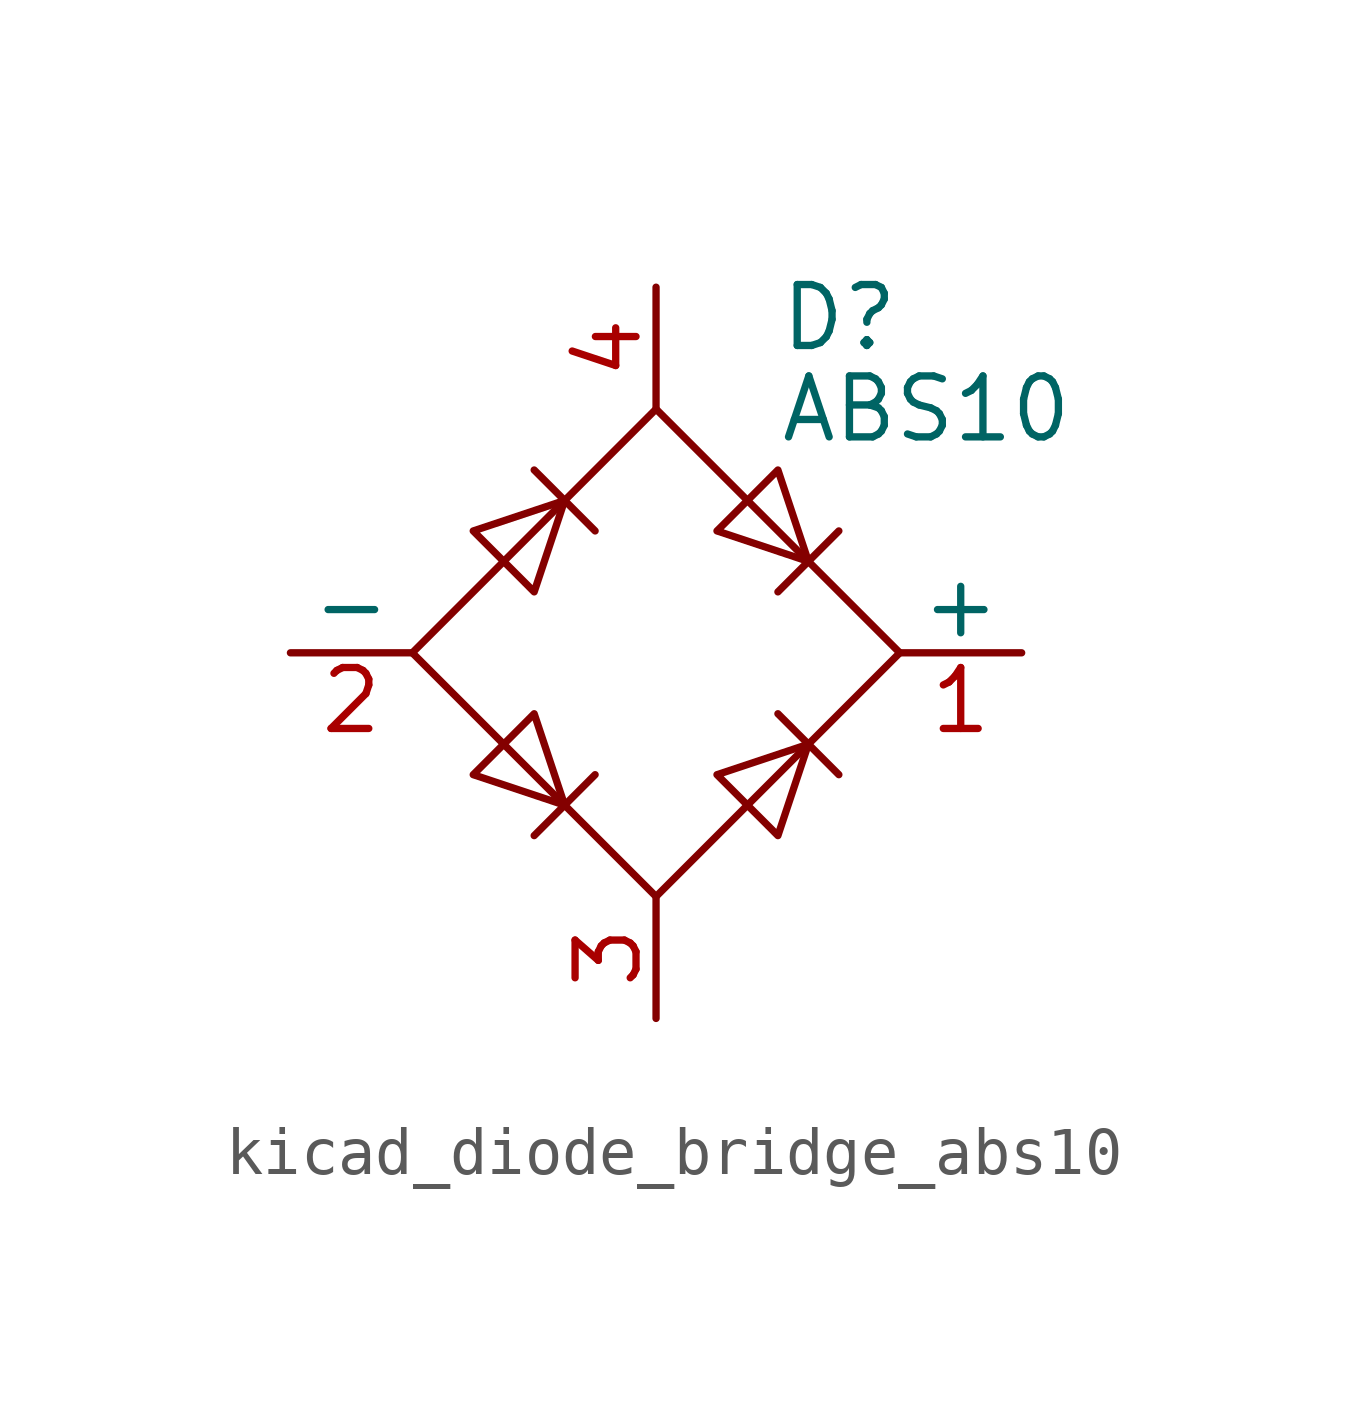
<source format=kicad_sym>
(kicad_symbol_lib
  (version 20220914)
  (generator kicad_symbol_editor)
  (symbol "kicad_diode_bridge_abs10"
    (pin_names
      (offset 0))
    (property "Reference" "D"
      (at 2.54 6.985 0)
      (effects (font (size 1.27 1.27)) (justify left)))
    (property "Value" "ABS10"
      (at 2.54 5.08 0)
      (effects (font (size 1.27 1.27)) (justify left)))
    (symbol "kicad_diode_bridge_abs10_0_1"
      (polyline (pts (xy -2.54 3.81) (xy -1.27 2.54)) (stroke (width 0) (type default)) (fill (type none)))
      (polyline (pts (xy -1.27 -2.54) (xy -2.54 -3.81)) (stroke (width 0) (type default)) (fill (type none)))
      (polyline (pts (xy 2.54 -1.27) (xy 3.81 -2.54)) (stroke (width 0) (type default)) (fill (type none)))
      (polyline (pts (xy 2.54 1.27) (xy 3.81 2.54)) (stroke (width 0) (type default)) (fill (type none)))
      (polyline (pts (xy -3.81 2.54) (xy -2.54 1.27) (xy -1.905 3.175) (xy -3.81 2.54)) (stroke (width 0) (type default)) (fill (type none)))
      (polyline (pts (xy -2.54 -1.27) (xy -3.81 -2.54) (xy -1.905 -3.175) (xy -2.54 -1.27)) (stroke (width 0) (type default)) (fill (type none)))
      (polyline (pts (xy 1.27 2.54) (xy 2.54 3.81) (xy 3.175 1.905) (xy 1.27 2.54)) (stroke (width 0) (type default)) (fill (type none)))
      (polyline (pts (xy 3.175 -1.905) (xy 1.27 -2.54) (xy 2.54 -3.81) (xy 3.175 -1.905)) (stroke (width 0) (type default)) (fill (type none)))
      (polyline (pts (xy -5.08 0) (xy 0 -5.08) (xy 5.08 0) (xy 0 5.08) (xy -5.08 0)) (stroke (width 0) (type default)) (fill (type none))))
    (symbol "kicad_diode_bridge_abs10_1_1"
      (pin passive line (at 7.62 0 180) (length 2.54) (name "+" (effects (font (size 1.27 1.27)))) (number "1" (effects (font (size 1.27 1.27)))))
      (pin passive line (at -7.62 0 0) (length 2.54) (name "-" (effects (font (size 1.27 1.27)))) (number "2" (effects (font (size 1.27 1.27)))))
      (pin passive line (at 0 -7.62 90) (length 2.54) (name "~" (effects (font (size 1.27 1.27)))) (number "3" (effects (font (size 1.27 1.27)))))
      (pin passive line (at 0 7.62 270) (length 2.54) (name "~" (effects (font (size 1.27 1.27)))) (number "4" (effects (font (size 1.27 1.27))))))))
</source>
